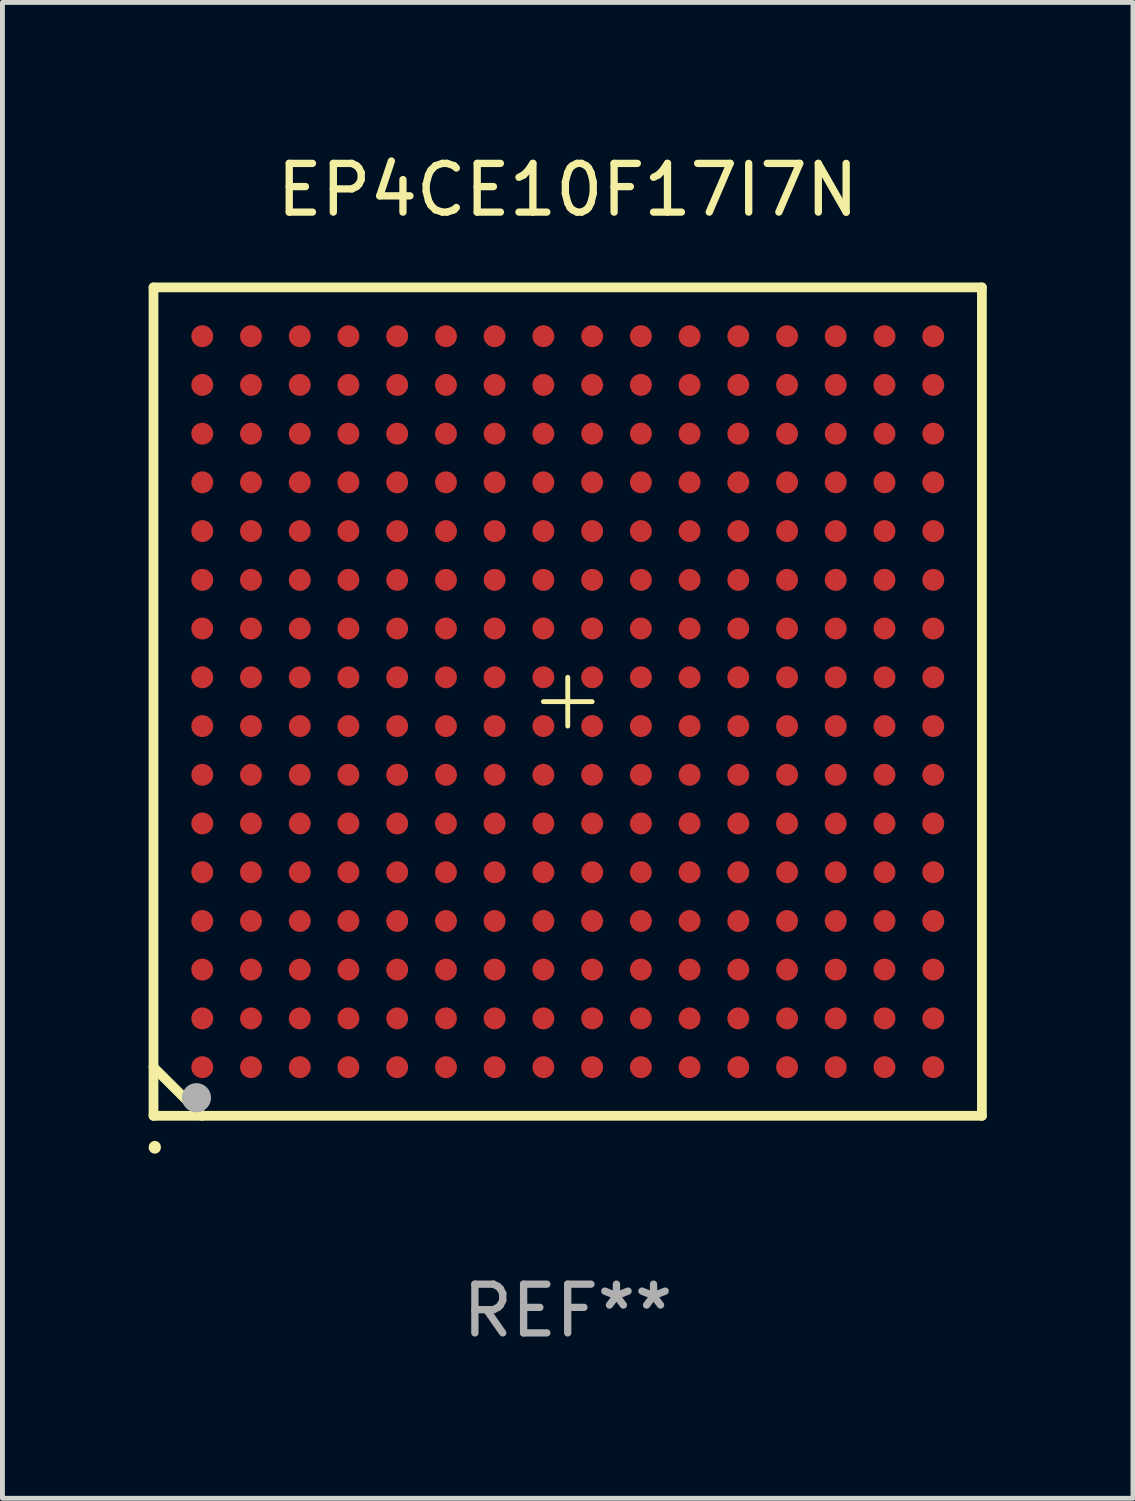
<source format=kicad_pcb>
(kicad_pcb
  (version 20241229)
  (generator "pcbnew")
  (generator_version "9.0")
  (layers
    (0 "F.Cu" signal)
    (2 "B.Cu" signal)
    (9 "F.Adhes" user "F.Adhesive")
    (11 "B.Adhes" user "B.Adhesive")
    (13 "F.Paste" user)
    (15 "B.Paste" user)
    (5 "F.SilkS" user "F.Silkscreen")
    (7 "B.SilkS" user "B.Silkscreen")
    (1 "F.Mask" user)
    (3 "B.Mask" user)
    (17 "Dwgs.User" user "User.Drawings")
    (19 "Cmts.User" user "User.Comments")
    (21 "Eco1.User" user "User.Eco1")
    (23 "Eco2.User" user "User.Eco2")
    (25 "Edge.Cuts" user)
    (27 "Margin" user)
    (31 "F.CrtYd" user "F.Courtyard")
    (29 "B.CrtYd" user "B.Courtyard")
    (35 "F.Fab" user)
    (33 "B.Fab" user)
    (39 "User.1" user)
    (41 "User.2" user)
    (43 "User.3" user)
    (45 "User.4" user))
  (footprint "EP4CE10F17I7N"
    (layer "F.Cu")
    (at 8.6 11.348)
    (property "Reference" "EP4CE10F17I7N" (at 0 -10.5 0) (layer "F.SilkS") (effects (font (size 1 1) (thickness 0.15))))
    (attr through_hole)
    (fp_line (start -8.5 -8.5) (end 8.5 -8.5) (stroke (width 0.1) (type solid)) (layer "F.SilkS"))
    (fp_line (start -8.5 -8.5) (end 8.5 -8.5) (stroke (width 0.2) (type solid)) (layer "F.SilkS"))
    (fp_line (start -8.5 8.5) (end -8.5 -8.5) (stroke (width 0.1) (type solid)) (layer "F.SilkS"))
    (fp_line (start -8.5 8.5) (end -8.5 -8.5) (stroke (width 0.2) (type solid)) (layer "F.SilkS"))
    (fp_line (start -7.499 8.5) (end -8.5 7.502) (stroke (width 0.2) (type solid)) (layer "F.SilkS"))
    (fp_line (start 0.001 -0.499) (end 0.001 0.502) (stroke (width 0.1) (type solid)) (layer "F.SilkS"))
    (fp_line (start 0.502 0.001) (end -0.499 0.001) (stroke (width 0.1) (type solid)) (layer "F.SilkS"))
    (fp_line (start 8.5 -8.5) (end 8.5 8.5) (stroke (width 0.1) (type solid)) (layer "F.SilkS"))
    (fp_line (start 8.5 -8.5) (end 8.5 8.5) (stroke (width 0.2) (type solid)) (layer "F.SilkS"))
    (fp_line (start 8.5 8.5) (end -8.5 8.5) (stroke (width 0.1) (type solid)) (layer "F.SilkS"))
    (fp_line (start 8.5 8.5) (end -8.5 8.5) (stroke (width 0.2) (type solid)) (layer "F.SilkS"))
    (fp_arc (start -8.473762 9.151283) (mid -8.473642 9.145727) (end -8.473254 9.140183) (stroke (width 0.249987) (type solid)) (layer "F.SilkS"))
    (fp_circle (center -8.499 8.501) (end -8.469 8.501) (stroke (width 0.06) (type solid)) (fill no) (layer "F.SilkS"))
    (fp_circle (center -7.619 8.129) (end -7.469 8.129) (stroke (width 0.3) (type solid)) (fill no) (layer "F.Fab"))
    (fp_text user "REF**" (at 0 12.5 0) (layer "F.Fab") (effects (font (size 1 1) (thickness 0.15))))
    (pad "A1" smd circle (at -7.499 7.502) (size 0.45 0.45) (layers "F.Cu" "F.Mask" "F.Paste"))
    (pad "A2" smd circle (at -7.499 6.501) (size 0.45 0.45) (layers "F.Cu" "F.Mask" "F.Paste"))
    (pad "A3" smd circle (at -7.499 5.5) (size 0.45 0.45) (layers "F.Cu" "F.Mask" "F.Paste"))
    (pad "A4" smd circle (at -7.499 4.502) (size 0.45 0.45) (layers "F.Cu" "F.Mask" "F.Paste"))
    (pad "A5" smd circle (at -7.499 3.501) (size 0.45 0.45) (layers "F.Cu" "F.Mask" "F.Paste"))
    (pad "A6" smd circle (at -7.499 2.501) (size 0.45 0.45) (layers "F.Cu" "F.Mask" "F.Paste"))
    (pad "A7" smd circle (at -7.499 1.502) (size 0.45 0.45) (layers "F.Cu" "F.Mask" "F.Paste"))
    (pad "A8" smd circle (at -7.499 0.502) (size 0.45 0.45) (layers "F.Cu" "F.Mask" "F.Paste"))
    (pad "A9" smd circle (at -7.499 -0.499) (size 0.45 0.45) (layers "F.Cu" "F.Mask" "F.Paste"))
    (pad "A10" smd circle (at -7.499 -1.5) (size 0.45 0.45) (layers "F.Cu" "F.Mask" "F.Paste"))
    (pad "A11" smd circle (at -7.499 -2.498) (size 0.45 0.45) (layers "F.Cu" "F.Mask" "F.Paste"))
    (pad "A12" smd circle (at -7.499 -3.499) (size 0.45 0.45) (layers "F.Cu" "F.Mask" "F.Paste"))
    (pad "A13" smd circle (at -7.499 -4.5) (size 0.45 0.45) (layers "F.Cu" "F.Mask" "F.Paste"))
    (pad "A14" smd circle (at -7.499 -5.498) (size 0.45 0.45) (layers "F.Cu" "F.Mask" "F.Paste"))
    (pad "A15" smd circle (at -7.499 -6.499) (size 0.45 0.45) (layers "F.Cu" "F.Mask" "F.Paste"))
    (pad "A16" smd circle (at -7.499 -7.499) (size 0.45 0.45) (layers "F.Cu" "F.Mask" "F.Paste"))
    (pad "B1" smd circle (at -6.499 7.502) (size 0.45 0.45) (layers "F.Cu" "F.Mask" "F.Paste"))
    (pad "B2" smd circle (at -6.499 6.501) (size 0.45 0.45) (layers "F.Cu" "F.Mask" "F.Paste"))
    (pad "B3" smd circle (at -6.499 5.5) (size 0.45 0.45) (layers "F.Cu" "F.Mask" "F.Paste"))
    (pad "B4" smd circle (at -6.499 4.502) (size 0.45 0.45) (layers "F.Cu" "F.Mask" "F.Paste"))
    (pad "B5" smd circle (at -6.499 3.501) (size 0.45 0.45) (layers "F.Cu" "F.Mask" "F.Paste"))
    (pad "B6" smd circle (at -6.499 2.501) (size 0.45 0.45) (layers "F.Cu" "F.Mask" "F.Paste"))
    (pad "B7" smd circle (at -6.499 1.502) (size 0.45 0.45) (layers "F.Cu" "F.Mask" "F.Paste"))
    (pad "B8" smd circle (at -6.499 0.502) (size 0.45 0.45) (layers "F.Cu" "F.Mask" "F.Paste"))
    (pad "B9" smd circle (at -6.499 -0.499) (size 0.45 0.45) (layers "F.Cu" "F.Mask" "F.Paste"))
    (pad "B10" smd circle (at -6.499 -1.5) (size 0.45 0.45) (layers "F.Cu" "F.Mask" "F.Paste"))
    (pad "B11" smd circle (at -6.499 -2.498) (size 0.45 0.45) (layers "F.Cu" "F.Mask" "F.Paste"))
    (pad "B12" smd circle (at -6.499 -3.499) (size 0.45 0.45) (layers "F.Cu" "F.Mask" "F.Paste"))
    (pad "B13" smd circle (at -6.499 -4.5) (size 0.45 0.45) (layers "F.Cu" "F.Mask" "F.Paste"))
    (pad "B14" smd circle (at -6.499 -5.498) (size 0.45 0.45) (layers "F.Cu" "F.Mask" "F.Paste"))
    (pad "B15" smd circle (at -6.499 -6.499) (size 0.45 0.45) (layers "F.Cu" "F.Mask" "F.Paste"))
    (pad "B16" smd circle (at -6.499 -7.499) (size 0.45 0.45) (layers "F.Cu" "F.Mask" "F.Paste"))
    (pad "C1" smd circle (at -5.498 7.502) (size 0.45 0.45) (layers "F.Cu" "F.Mask" "F.Paste"))
    (pad "C2" smd circle (at -5.498 6.501) (size 0.45 0.45) (layers "F.Cu" "F.Mask" "F.Paste"))
    (pad "C3" smd circle (at -5.498 5.5) (size 0.45 0.45) (layers "F.Cu" "F.Mask" "F.Paste"))
    (pad "C4" smd circle (at -5.498 4.502) (size 0.45 0.45) (layers "F.Cu" "F.Mask" "F.Paste"))
    (pad "C5" smd circle (at -5.498 3.501) (size 0.45 0.45) (layers "F.Cu" "F.Mask" "F.Paste"))
    (pad "C6" smd circle (at -5.498 2.501) (size 0.45 0.45) (layers "F.Cu" "F.Mask" "F.Paste"))
    (pad "C7" smd circle (at -5.498 1.502) (size 0.45 0.45) (layers "F.Cu" "F.Mask" "F.Paste"))
    (pad "C8" smd circle (at -5.498 0.502) (size 0.45 0.45) (layers "F.Cu" "F.Mask" "F.Paste"))
    (pad "C9" smd circle (at -5.498 -0.499) (size 0.45 0.45) (layers "F.Cu" "F.Mask" "F.Paste"))
    (pad "C10" smd circle (at -5.498 -1.5) (size 0.45 0.45) (layers "F.Cu" "F.Mask" "F.Paste"))
    (pad "C11" smd circle (at -5.498 -2.498) (size 0.45 0.45) (layers "F.Cu" "F.Mask" "F.Paste"))
    (pad "C12" smd circle (at -5.498 -3.499) (size 0.45 0.45) (layers "F.Cu" "F.Mask" "F.Paste"))
    (pad "C13" smd circle (at -5.498 -4.5) (size 0.45 0.45) (layers "F.Cu" "F.Mask" "F.Paste"))
    (pad "C14" smd circle (at -5.498 -5.498) (size 0.45 0.45) (layers "F.Cu" "F.Mask" "F.Paste"))
    (pad "C15" smd circle (at -5.498 -6.499) (size 0.45 0.45) (layers "F.Cu" "F.Mask" "F.Paste"))
    (pad "C16" smd circle (at -5.498 -7.499) (size 0.45 0.45) (layers "F.Cu" "F.Mask" "F.Paste"))
    (pad "D1" smd circle (at -4.5 7.502) (size 0.45 0.45) (layers "F.Cu" "F.Mask" "F.Paste"))
    (pad "D2" smd circle (at -4.5 6.501) (size 0.45 0.45) (layers "F.Cu" "F.Mask" "F.Paste"))
    (pad "D3" smd circle (at -4.5 5.5) (size 0.45 0.45) (layers "F.Cu" "F.Mask" "F.Paste"))
    (pad "D4" smd circle (at -4.5 4.502) (size 0.45 0.45) (layers "F.Cu" "F.Mask" "F.Paste"))
    (pad "D5" smd circle (at -4.5 3.501) (size 0.45 0.45) (layers "F.Cu" "F.Mask" "F.Paste"))
    (pad "D6" smd circle (at -4.5 2.501) (size 0.45 0.45) (layers "F.Cu" "F.Mask" "F.Paste"))
    (pad "D7" smd circle (at -4.5 1.502) (size 0.45 0.45) (layers "F.Cu" "F.Mask" "F.Paste"))
    (pad "D8" smd circle (at -4.5 0.502) (size 0.45 0.45) (layers "F.Cu" "F.Mask" "F.Paste"))
    (pad "D9" smd circle (at -4.5 -0.499) (size 0.45 0.45) (layers "F.Cu" "F.Mask" "F.Paste"))
    (pad "D10" smd circle (at -4.5 -1.5) (size 0.45 0.45) (layers "F.Cu" "F.Mask" "F.Paste"))
    (pad "D11" smd circle (at -4.5 -2.498) (size 0.45 0.45) (layers "F.Cu" "F.Mask" "F.Paste"))
    (pad "D12" smd circle (at -4.5 -3.499) (size 0.45 0.45) (layers "F.Cu" "F.Mask" "F.Paste"))
    (pad "D13" smd circle (at -4.5 -4.5) (size 0.45 0.45) (layers "F.Cu" "F.Mask" "F.Paste"))
    (pad "D14" smd circle (at -4.5 -5.498) (size 0.45 0.45) (layers "F.Cu" "F.Mask" "F.Paste"))
    (pad "D15" smd circle (at -4.5 -6.499) (size 0.45 0.45) (layers "F.Cu" "F.Mask" "F.Paste"))
    (pad "D16" smd circle (at -4.5 -7.499) (size 0.45 0.45) (layers "F.Cu" "F.Mask" "F.Paste"))
    (pad "E1" smd circle (at -3.499 7.502) (size 0.45 0.45) (layers "F.Cu" "F.Mask" "F.Paste"))
    (pad "E2" smd circle (at -3.499 6.501) (size 0.45 0.45) (layers "F.Cu" "F.Mask" "F.Paste"))
    (pad "E3" smd circle (at -3.499 5.5) (size 0.45 0.45) (layers "F.Cu" "F.Mask" "F.Paste"))
    (pad "E4" smd circle (at -3.499 4.502) (size 0.45 0.45) (layers "F.Cu" "F.Mask" "F.Paste"))
    (pad "E5" smd circle (at -3.499 3.501) (size 0.45 0.45) (layers "F.Cu" "F.Mask" "F.Paste"))
    (pad "E6" smd circle (at -3.499 2.501) (size 0.45 0.45) (layers "F.Cu" "F.Mask" "F.Paste"))
    (pad "E7" smd circle (at -3.499 1.502) (size 0.45 0.45) (layers "F.Cu" "F.Mask" "F.Paste"))
    (pad "E8" smd circle (at -3.499 0.502) (size 0.45 0.45) (layers "F.Cu" "F.Mask" "F.Paste"))
    (pad "E9" smd circle (at -3.499 -0.499) (size 0.45 0.45) (layers "F.Cu" "F.Mask" "F.Paste"))
    (pad "E10" smd circle (at -3.499 -1.5) (size 0.45 0.45) (layers "F.Cu" "F.Mask" "F.Paste"))
    (pad "E11" smd circle (at -3.499 -2.498) (size 0.45 0.45) (layers "F.Cu" "F.Mask" "F.Paste"))
    (pad "E12" smd circle (at -3.499 -3.499) (size 0.45 0.45) (layers "F.Cu" "F.Mask" "F.Paste"))
    (pad "E13" smd circle (at -3.499 -4.5) (size 0.45 0.45) (layers "F.Cu" "F.Mask" "F.Paste"))
    (pad "E14" smd circle (at -3.499 -5.498) (size 0.45 0.45) (layers "F.Cu" "F.Mask" "F.Paste"))
    (pad "E15" smd circle (at -3.499 -6.499) (size 0.45 0.45) (layers "F.Cu" "F.Mask" "F.Paste"))
    (pad "E16" smd circle (at -3.499 -7.499) (size 0.45 0.45) (layers "F.Cu" "F.Mask" "F.Paste"))
    (pad "F1" smd circle (at -2.498 7.502) (size 0.45 0.45) (layers "F.Cu" "F.Mask" "F.Paste"))
    (pad "F2" smd circle (at -2.498 6.501) (size 0.45 0.45) (layers "F.Cu" "F.Mask" "F.Paste"))
    (pad "F3" smd circle (at -2.498 5.5) (size 0.45 0.45) (layers "F.Cu" "F.Mask" "F.Paste"))
    (pad "F4" smd circle (at -2.498 4.502) (size 0.45 0.45) (layers "F.Cu" "F.Mask" "F.Paste"))
    (pad "F5" smd circle (at -2.498 3.501) (size 0.45 0.45) (layers "F.Cu" "F.Mask" "F.Paste"))
    (pad "F6" smd circle (at -2.498 2.501) (size 0.45 0.45) (layers "F.Cu" "F.Mask" "F.Paste"))
    (pad "F7" smd circle (at -2.498 1.502) (size 0.45 0.45) (layers "F.Cu" "F.Mask" "F.Paste"))
    (pad "F8" smd circle (at -2.498 0.502) (size 0.45 0.45) (layers "F.Cu" "F.Mask" "F.Paste"))
    (pad "F9" smd circle (at -2.498 -0.499) (size 0.45 0.45) (layers "F.Cu" "F.Mask" "F.Paste"))
    (pad "F10" smd circle (at -2.498 -1.5) (size 0.45 0.45) (layers "F.Cu" "F.Mask" "F.Paste"))
    (pad "F11" smd circle (at -2.498 -2.498) (size 0.45 0.45) (layers "F.Cu" "F.Mask" "F.Paste"))
    (pad "F12" smd circle (at -2.498 -3.499) (size 0.45 0.45) (layers "F.Cu" "F.Mask" "F.Paste"))
    (pad "F13" smd circle (at -2.498 -4.5) (size 0.45 0.45) (layers "F.Cu" "F.Mask" "F.Paste"))
    (pad "F14" smd circle (at -2.498 -5.498) (size 0.45 0.45) (layers "F.Cu" "F.Mask" "F.Paste"))
    (pad "F15" smd circle (at -2.498 -6.499) (size 0.45 0.45) (layers "F.Cu" "F.Mask" "F.Paste"))
    (pad "F16" smd circle (at -2.498 -7.499) (size 0.45 0.45) (layers "F.Cu" "F.Mask" "F.Paste"))
    (pad "G1" smd circle (at -1.5 7.502) (size 0.45 0.45) (layers "F.Cu" "F.Mask" "F.Paste"))
    (pad "G2" smd circle (at -1.5 6.501) (size 0.45 0.45) (layers "F.Cu" "F.Mask" "F.Paste"))
    (pad "G3" smd circle (at -1.5 5.5) (size 0.45 0.45) (layers "F.Cu" "F.Mask" "F.Paste"))
    (pad "G4" smd circle (at -1.5 4.502) (size 0.45 0.45) (layers "F.Cu" "F.Mask" "F.Paste"))
    (pad "G5" smd circle (at -1.5 3.501) (size 0.45 0.45) (layers "F.Cu" "F.Mask" "F.Paste"))
    (pad "G6" smd circle (at -1.5 2.501) (size 0.45 0.45) (layers "F.Cu" "F.Mask" "F.Paste"))
    (pad "G7" smd circle (at -1.5 1.502) (size 0.45 0.45) (layers "F.Cu" "F.Mask" "F.Paste"))
    (pad "G8" smd circle (at -1.5 0.502) (size 0.45 0.45) (layers "F.Cu" "F.Mask" "F.Paste"))
    (pad "G9" smd circle (at -1.5 -0.499) (size 0.45 0.45) (layers "F.Cu" "F.Mask" "F.Paste"))
    (pad "G10" smd circle (at -1.5 -1.5) (size 0.45 0.45) (layers "F.Cu" "F.Mask" "F.Paste"))
    (pad "G11" smd circle (at -1.5 -2.498) (size 0.45 0.45) (layers "F.Cu" "F.Mask" "F.Paste"))
    (pad "G12" smd circle (at -1.5 -3.499) (size 0.45 0.45) (layers "F.Cu" "F.Mask" "F.Paste"))
    (pad "G13" smd circle (at -1.5 -4.5) (size 0.45 0.45) (layers "F.Cu" "F.Mask" "F.Paste"))
    (pad "G14" smd circle (at -1.5 -5.498) (size 0.45 0.45) (layers "F.Cu" "F.Mask" "F.Paste"))
    (pad "G15" smd circle (at -1.5 -6.499) (size 0.45 0.45) (layers "F.Cu" "F.Mask" "F.Paste"))
    (pad "G16" smd circle (at -1.5 -7.499) (size 0.45 0.45) (layers "F.Cu" "F.Mask" "F.Paste"))
    (pad "H1" smd circle (at -0.499 7.502) (size 0.45 0.45) (layers "F.Cu" "F.Mask" "F.Paste"))
    (pad "H2" smd circle (at -0.499 6.501) (size 0.45 0.45) (layers "F.Cu" "F.Mask" "F.Paste"))
    (pad "H3" smd circle (at -0.499 5.5) (size 0.45 0.45) (layers "F.Cu" "F.Mask" "F.Paste"))
    (pad "H4" smd circle (at -0.499 4.502) (size 0.45 0.45) (layers "F.Cu" "F.Mask" "F.Paste"))
    (pad "H5" smd circle (at -0.499 3.501) (size 0.45 0.45) (layers "F.Cu" "F.Mask" "F.Paste"))
    (pad "H6" smd circle (at -0.499 2.501) (size 0.45 0.45) (layers "F.Cu" "F.Mask" "F.Paste"))
    (pad "H7" smd circle (at -0.499 1.502) (size 0.45 0.45) (layers "F.Cu" "F.Mask" "F.Paste"))
    (pad "H8" smd circle (at -0.499 0.502) (size 0.45 0.45) (layers "F.Cu" "F.Mask" "F.Paste"))
    (pad "H9" smd circle (at -0.499 -0.499) (size 0.45 0.45) (layers "F.Cu" "F.Mask" "F.Paste"))
    (pad "H10" smd circle (at -0.499 -1.5) (size 0.45 0.45) (layers "F.Cu" "F.Mask" "F.Paste"))
    (pad "H11" smd circle (at -0.499 -2.498) (size 0.45 0.45) (layers "F.Cu" "F.Mask" "F.Paste"))
    (pad "H12" smd circle (at -0.499 -3.499) (size 0.45 0.45) (layers "F.Cu" "F.Mask" "F.Paste"))
    (pad "H13" smd circle (at -0.499 -4.5) (size 0.45 0.45) (layers "F.Cu" "F.Mask" "F.Paste"))
    (pad "H14" smd circle (at -0.499 -5.498) (size 0.45 0.45) (layers "F.Cu" "F.Mask" "F.Paste"))
    (pad "H15" smd circle (at -0.499 -6.499) (size 0.45 0.45) (layers "F.Cu" "F.Mask" "F.Paste"))
    (pad "H16" smd circle (at -0.499 -7.499) (size 0.45 0.45) (layers "F.Cu" "F.Mask" "F.Paste"))
    (pad "J1" smd circle (at 0.502 7.502) (size 0.45 0.45) (layers "F.Cu" "F.Mask" "F.Paste"))
    (pad "J2" smd circle (at 0.502 6.501) (size 0.45 0.45) (layers "F.Cu" "F.Mask" "F.Paste"))
    (pad "J3" smd circle (at 0.502 5.5) (size 0.45 0.45) (layers "F.Cu" "F.Mask" "F.Paste"))
    (pad "J4" smd circle (at 0.502 4.502) (size 0.45 0.45) (layers "F.Cu" "F.Mask" "F.Paste"))
    (pad "J5" smd circle (at 0.502 3.501) (size 0.45 0.45) (layers "F.Cu" "F.Mask" "F.Paste"))
    (pad "J6" smd circle (at 0.502 2.501) (size 0.45 0.45) (layers "F.Cu" "F.Mask" "F.Paste"))
    (pad "J7" smd circle (at 0.502 1.502) (size 0.45 0.45) (layers "F.Cu" "F.Mask" "F.Paste"))
    (pad "J8" smd circle (at 0.502 0.502) (size 0.45 0.45) (layers "F.Cu" "F.Mask" "F.Paste"))
    (pad "J9" smd circle (at 0.502 -0.499) (size 0.45 0.45) (layers "F.Cu" "F.Mask" "F.Paste"))
    (pad "J10" smd circle (at 0.502 -1.5) (size 0.45 0.45) (layers "F.Cu" "F.Mask" "F.Paste"))
    (pad "J11" smd circle (at 0.502 -2.498) (size 0.45 0.45) (layers "F.Cu" "F.Mask" "F.Paste"))
    (pad "J12" smd circle (at 0.502 -3.499) (size 0.45 0.45) (layers "F.Cu" "F.Mask" "F.Paste"))
    (pad "J13" smd circle (at 0.502 -4.5) (size 0.45 0.45) (layers "F.Cu" "F.Mask" "F.Paste"))
    (pad "J14" smd circle (at 0.502 -5.498) (size 0.45 0.45) (layers "F.Cu" "F.Mask" "F.Paste"))
    (pad "J15" smd circle (at 0.502 -6.499) (size 0.45 0.45) (layers "F.Cu" "F.Mask" "F.Paste"))
    (pad "J16" smd circle (at 0.502 -7.499) (size 0.45 0.45) (layers "F.Cu" "F.Mask" "F.Paste"))
    (pad "K1" smd circle (at 1.502 7.502) (size 0.45 0.45) (layers "F.Cu" "F.Mask" "F.Paste"))
    (pad "K2" smd circle (at 1.502 6.501) (size 0.45 0.45) (layers "F.Cu" "F.Mask" "F.Paste"))
    (pad "K3" smd circle (at 1.502 5.5) (size 0.45 0.45) (layers "F.Cu" "F.Mask" "F.Paste"))
    (pad "K4" smd circle (at 1.502 4.502) (size 0.45 0.45) (layers "F.Cu" "F.Mask" "F.Paste"))
    (pad "K5" smd circle (at 1.502 3.501) (size 0.45 0.45) (layers "F.Cu" "F.Mask" "F.Paste"))
    (pad "K6" smd circle (at 1.502 2.501) (size 0.45 0.45) (layers "F.Cu" "F.Mask" "F.Paste"))
    (pad "K7" smd circle (at 1.502 1.502) (size 0.45 0.45) (layers "F.Cu" "F.Mask" "F.Paste"))
    (pad "K8" smd circle (at 1.502 0.502) (size 0.45 0.45) (layers "F.Cu" "F.Mask" "F.Paste"))
    (pad "K9" smd circle (at 1.502 -0.499) (size 0.45 0.45) (layers "F.Cu" "F.Mask" "F.Paste"))
    (pad "K10" smd circle (at 1.502 -1.5) (size 0.45 0.45) (layers "F.Cu" "F.Mask" "F.Paste"))
    (pad "K11" smd circle (at 1.502 -2.498) (size 0.45 0.45) (layers "F.Cu" "F.Mask" "F.Paste"))
    (pad "K12" smd circle (at 1.502 -3.499) (size 0.45 0.45) (layers "F.Cu" "F.Mask" "F.Paste"))
    (pad "K13" smd circle (at 1.502 -4.5) (size 0.45 0.45) (layers "F.Cu" "F.Mask" "F.Paste"))
    (pad "K14" smd circle (at 1.502 -5.498) (size 0.45 0.45) (layers "F.Cu" "F.Mask" "F.Paste"))
    (pad "K15" smd circle (at 1.502 -6.499) (size 0.45 0.45) (layers "F.Cu" "F.Mask" "F.Paste"))
    (pad "K16" smd circle (at 1.502 -7.499) (size 0.45 0.45) (layers "F.Cu" "F.Mask" "F.Paste"))
    (pad "L1" smd circle (at 2.501 7.502) (size 0.45 0.45) (layers "F.Cu" "F.Mask" "F.Paste"))
    (pad "L2" smd circle (at 2.501 6.501) (size 0.45 0.45) (layers "F.Cu" "F.Mask" "F.Paste"))
    (pad "L3" smd circle (at 2.501 5.5) (size 0.45 0.45) (layers "F.Cu" "F.Mask" "F.Paste"))
    (pad "L4" smd circle (at 2.501 4.502) (size 0.45 0.45) (layers "F.Cu" "F.Mask" "F.Paste"))
    (pad "L5" smd circle (at 2.501 3.501) (size 0.45 0.45) (layers "F.Cu" "F.Mask" "F.Paste"))
    (pad "L6" smd circle (at 2.501 2.501) (size 0.45 0.45) (layers "F.Cu" "F.Mask" "F.Paste"))
    (pad "L7" smd circle (at 2.501 1.502) (size 0.45 0.45) (layers "F.Cu" "F.Mask" "F.Paste"))
    (pad "L8" smd circle (at 2.501 0.502) (size 0.45 0.45) (layers "F.Cu" "F.Mask" "F.Paste"))
    (pad "L9" smd circle (at 2.501 -0.499) (size 0.45 0.45) (layers "F.Cu" "F.Mask" "F.Paste"))
    (pad "L10" smd circle (at 2.501 -1.5) (size 0.45 0.45) (layers "F.Cu" "F.Mask" "F.Paste"))
    (pad "L11" smd circle (at 2.501 -2.498) (size 0.45 0.45) (layers "F.Cu" "F.Mask" "F.Paste"))
    (pad "L12" smd circle (at 2.501 -3.499) (size 0.45 0.45) (layers "F.Cu" "F.Mask" "F.Paste"))
    (pad "L13" smd circle (at 2.501 -4.5) (size 0.45 0.45) (layers "F.Cu" "F.Mask" "F.Paste"))
    (pad "L14" smd circle (at 2.501 -5.498) (size 0.45 0.45) (layers "F.Cu" "F.Mask" "F.Paste"))
    (pad "L15" smd circle (at 2.501 -6.499) (size 0.45 0.45) (layers "F.Cu" "F.Mask" "F.Paste"))
    (pad "L16" smd circle (at 2.501 -7.499) (size 0.45 0.45) (layers "F.Cu" "F.Mask" "F.Paste"))
    (pad "M1" smd circle (at 3.501 7.502) (size 0.45 0.45) (layers "F.Cu" "F.Mask" "F.Paste"))
    (pad "M2" smd circle (at 3.501 6.501) (size 0.45 0.45) (layers "F.Cu" "F.Mask" "F.Paste"))
    (pad "M3" smd circle (at 3.501 5.5) (size 0.45 0.45) (layers "F.Cu" "F.Mask" "F.Paste"))
    (pad "M4" smd circle (at 3.501 4.502) (size 0.45 0.45) (layers "F.Cu" "F.Mask" "F.Paste"))
    (pad "M5" smd circle (at 3.501 3.501) (size 0.45 0.45) (layers "F.Cu" "F.Mask" "F.Paste"))
    (pad "M6" smd circle (at 3.501 2.501) (size 0.45 0.45) (layers "F.Cu" "F.Mask" "F.Paste"))
    (pad "M7" smd circle (at 3.501 1.502) (size 0.45 0.45) (layers "F.Cu" "F.Mask" "F.Paste"))
    (pad "M8" smd circle (at 3.501 0.502) (size 0.45 0.45) (layers "F.Cu" "F.Mask" "F.Paste"))
    (pad "M9" smd circle (at 3.501 -0.499) (size 0.45 0.45) (layers "F.Cu" "F.Mask" "F.Paste"))
    (pad "M10" smd circle (at 3.501 -1.5) (size 0.45 0.45) (layers "F.Cu" "F.Mask" "F.Paste"))
    (pad "M11" smd circle (at 3.501 -2.498) (size 0.45 0.45) (layers "F.Cu" "F.Mask" "F.Paste"))
    (pad "M12" smd circle (at 3.501 -3.499) (size 0.45 0.45) (layers "F.Cu" "F.Mask" "F.Paste"))
    (pad "M13" smd circle (at 3.501 -4.5) (size 0.45 0.45) (layers "F.Cu" "F.Mask" "F.Paste"))
    (pad "M14" smd circle (at 3.501 -5.498) (size 0.45 0.45) (layers "F.Cu" "F.Mask" "F.Paste"))
    (pad "M15" smd circle (at 3.501 -6.499) (size 0.45 0.45) (layers "F.Cu" "F.Mask" "F.Paste"))
    (pad "M16" smd circle (at 3.501 -7.499) (size 0.45 0.45) (layers "F.Cu" "F.Mask" "F.Paste"))
    (pad "N1" smd circle (at 4.502 7.502) (size 0.45 0.45) (layers "F.Cu" "F.Mask" "F.Paste"))
    (pad "N2" smd circle (at 4.502 6.501) (size 0.45 0.45) (layers "F.Cu" "F.Mask" "F.Paste"))
    (pad "N3" smd circle (at 4.502 5.5) (size 0.45 0.45) (layers "F.Cu" "F.Mask" "F.Paste"))
    (pad "N4" smd circle (at 4.502 4.502) (size 0.45 0.45) (layers "F.Cu" "F.Mask" "F.Paste"))
    (pad "N5" smd circle (at 4.502 3.501) (size 0.45 0.45) (layers "F.Cu" "F.Mask" "F.Paste"))
    (pad "N6" smd circle (at 4.502 2.501) (size 0.45 0.45) (layers "F.Cu" "F.Mask" "F.Paste"))
    (pad "N7" smd circle (at 4.502 1.502) (size 0.45 0.45) (layers "F.Cu" "F.Mask" "F.Paste"))
    (pad "N8" smd circle (at 4.502 0.502) (size 0.45 0.45) (layers "F.Cu" "F.Mask" "F.Paste"))
    (pad "N9" smd circle (at 4.502 -0.499) (size 0.45 0.45) (layers "F.Cu" "F.Mask" "F.Paste"))
    (pad "N10" smd circle (at 4.502 -1.5) (size 0.45 0.45) (layers "F.Cu" "F.Mask" "F.Paste"))
    (pad "N11" smd circle (at 4.502 -2.498) (size 0.45 0.45) (layers "F.Cu" "F.Mask" "F.Paste"))
    (pad "N12" smd circle (at 4.502 -3.499) (size 0.45 0.45) (layers "F.Cu" "F.Mask" "F.Paste"))
    (pad "N13" smd circle (at 4.502 -4.5) (size 0.45 0.45) (layers "F.Cu" "F.Mask" "F.Paste"))
    (pad "N14" smd circle (at 4.502 -5.498) (size 0.45 0.45) (layers "F.Cu" "F.Mask" "F.Paste"))
    (pad "N15" smd circle (at 4.502 -6.499) (size 0.45 0.45) (layers "F.Cu" "F.Mask" "F.Paste"))
    (pad "N16" smd circle (at 4.502 -7.499) (size 0.45 0.45) (layers "F.Cu" "F.Mask" "F.Paste"))
    (pad "P1" smd circle (at 5.5 7.502) (size 0.45 0.45) (layers "F.Cu" "F.Mask" "F.Paste"))
    (pad "P2" smd circle (at 5.5 6.501) (size 0.45 0.45) (layers "F.Cu" "F.Mask" "F.Paste"))
    (pad "P3" smd circle (at 5.5 5.5) (size 0.45 0.45) (layers "F.Cu" "F.Mask" "F.Paste"))
    (pad "P4" smd circle (at 5.5 4.502) (size 0.45 0.45) (layers "F.Cu" "F.Mask" "F.Paste"))
    (pad "P5" smd circle (at 5.5 3.501) (size 0.45 0.45) (layers "F.Cu" "F.Mask" "F.Paste"))
    (pad "P6" smd circle (at 5.5 2.501) (size 0.45 0.45) (layers "F.Cu" "F.Mask" "F.Paste"))
    (pad "P7" smd circle (at 5.5 1.502) (size 0.45 0.45) (layers "F.Cu" "F.Mask" "F.Paste"))
    (pad "P8" smd circle (at 5.5 0.502) (size 0.45 0.45) (layers "F.Cu" "F.Mask" "F.Paste"))
    (pad "P9" smd circle (at 5.5 -0.499) (size 0.45 0.45) (layers "F.Cu" "F.Mask" "F.Paste"))
    (pad "P10" smd circle (at 5.5 -1.5) (size 0.45 0.45) (layers "F.Cu" "F.Mask" "F.Paste"))
    (pad "P11" smd circle (at 5.5 -2.498) (size 0.45 0.45) (layers "F.Cu" "F.Mask" "F.Paste"))
    (pad "P12" smd circle (at 5.5 -3.499) (size 0.45 0.45) (layers "F.Cu" "F.Mask" "F.Paste"))
    (pad "P13" smd circle (at 5.5 -4.5) (size 0.45 0.45) (layers "F.Cu" "F.Mask" "F.Paste"))
    (pad "P14" smd circle (at 5.5 -5.498) (size 0.45 0.45) (layers "F.Cu" "F.Mask" "F.Paste"))
    (pad "P15" smd circle (at 5.5 -6.499) (size 0.45 0.45) (layers "F.Cu" "F.Mask" "F.Paste"))
    (pad "P16" smd circle (at 5.5 -7.499) (size 0.45 0.45) (layers "F.Cu" "F.Mask" "F.Paste"))
    (pad "R1" smd circle (at 6.501 7.502) (size 0.45 0.45) (layers "F.Cu" "F.Mask" "F.Paste"))
    (pad "R2" smd circle (at 6.501 6.501) (size 0.45 0.45) (layers "F.Cu" "F.Mask" "F.Paste"))
    (pad "R3" smd circle (at 6.501 5.5) (size 0.45 0.45) (layers "F.Cu" "F.Mask" "F.Paste"))
    (pad "R4" smd circle (at 6.501 4.502) (size 0.45 0.45) (layers "F.Cu" "F.Mask" "F.Paste"))
    (pad "R5" smd circle (at 6.501 3.501) (size 0.45 0.45) (layers "F.Cu" "F.Mask" "F.Paste"))
    (pad "R6" smd circle (at 6.501 2.501) (size 0.45 0.45) (layers "F.Cu" "F.Mask" "F.Paste"))
    (pad "R7" smd circle (at 6.501 1.502) (size 0.45 0.45) (layers "F.Cu" "F.Mask" "F.Paste"))
    (pad "R8" smd circle (at 6.501 0.502) (size 0.45 0.45) (layers "F.Cu" "F.Mask" "F.Paste"))
    (pad "R9" smd circle (at 6.501 -0.499) (size 0.45 0.45) (layers "F.Cu" "F.Mask" "F.Paste"))
    (pad "R10" smd circle (at 6.501 -1.5) (size 0.45 0.45) (layers "F.Cu" "F.Mask" "F.Paste"))
    (pad "R11" smd circle (at 6.501 -2.498) (size 0.45 0.45) (layers "F.Cu" "F.Mask" "F.Paste"))
    (pad "R12" smd circle (at 6.501 -3.499) (size 0.45 0.45) (layers "F.Cu" "F.Mask" "F.Paste"))
    (pad "R13" smd circle (at 6.501 -4.5) (size 0.45 0.45) (layers "F.Cu" "F.Mask" "F.Paste"))
    (pad "R14" smd circle (at 6.501 -5.498) (size 0.45 0.45) (layers "F.Cu" "F.Mask" "F.Paste"))
    (pad "R15" smd circle (at 6.501 -6.499) (size 0.45 0.45) (layers "F.Cu" "F.Mask" "F.Paste"))
    (pad "R16" smd circle (at 6.501 -7.499) (size 0.45 0.45) (layers "F.Cu" "F.Mask" "F.Paste"))
    (pad "T1" smd circle (at 7.502 7.502) (size 0.45 0.45) (layers "F.Cu" "F.Mask" "F.Paste"))
    (pad "T2" smd circle (at 7.502 6.501) (size 0.45 0.45) (layers "F.Cu" "F.Mask" "F.Paste"))
    (pad "T3" smd circle (at 7.502 5.5) (size 0.45 0.45) (layers "F.Cu" "F.Mask" "F.Paste"))
    (pad "T4" smd circle (at 7.502 4.502) (size 0.45 0.45) (layers "F.Cu" "F.Mask" "F.Paste"))
    (pad "T5" smd circle (at 7.502 3.501) (size 0.45 0.45) (layers "F.Cu" "F.Mask" "F.Paste"))
    (pad "T6" smd circle (at 7.502 2.501) (size 0.45 0.45) (layers "F.Cu" "F.Mask" "F.Paste"))
    (pad "T7" smd circle (at 7.502 1.502) (size 0.45 0.45) (layers "F.Cu" "F.Mask" "F.Paste"))
    (pad "T8" smd circle (at 7.502 0.502) (size 0.45 0.45) (layers "F.Cu" "F.Mask" "F.Paste"))
    (pad "T9" smd circle (at 7.502 -0.499) (size 0.45 0.45) (layers "F.Cu" "F.Mask" "F.Paste"))
    (pad "T10" smd circle (at 7.502 -1.5) (size 0.45 0.45) (layers "F.Cu" "F.Mask" "F.Paste"))
    (pad "T11" smd circle (at 7.502 -2.498) (size 0.45 0.45) (layers "F.Cu" "F.Mask" "F.Paste"))
    (pad "T12" smd circle (at 7.502 -3.499) (size 0.45 0.45) (layers "F.Cu" "F.Mask" "F.Paste"))
    (pad "T13" smd circle (at 7.502 -4.5) (size 0.45 0.45) (layers "F.Cu" "F.Mask" "F.Paste"))
    (pad "T14" smd circle (at 7.502 -5.498) (size 0.45 0.45) (layers "F.Cu" "F.Mask" "F.Paste"))
    (pad "T15" smd circle (at 7.502 -6.499) (size 0.45 0.45) (layers "F.Cu" "F.Mask" "F.Paste"))
    (pad "T16" smd circle (at 7.502 -7.499) (size 0.45 0.45) (layers "F.Cu" "F.Mask" "F.Paste")))
  (gr_rect
    (start -3 -3)
    (end 20.2 27.697)
    (stroke (width 0.1) (type default))
    (fill no)
    (layer "Edge.Cuts")))
</source>
